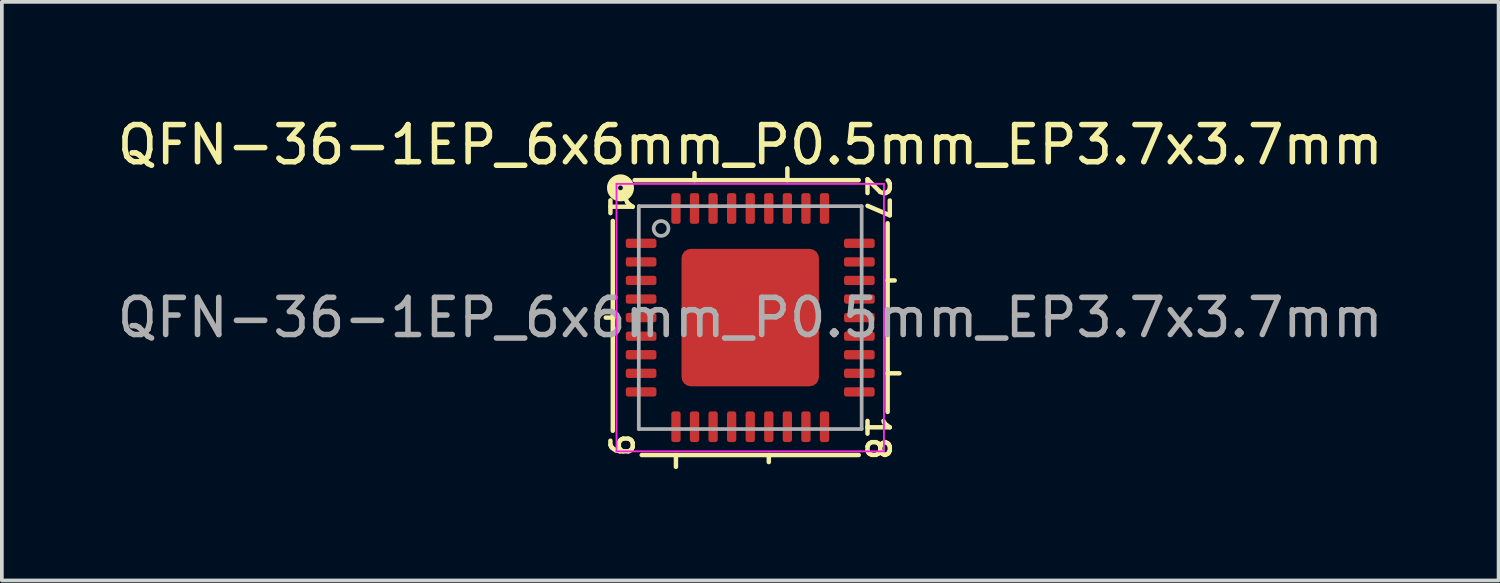
<source format=kicad_pcb>
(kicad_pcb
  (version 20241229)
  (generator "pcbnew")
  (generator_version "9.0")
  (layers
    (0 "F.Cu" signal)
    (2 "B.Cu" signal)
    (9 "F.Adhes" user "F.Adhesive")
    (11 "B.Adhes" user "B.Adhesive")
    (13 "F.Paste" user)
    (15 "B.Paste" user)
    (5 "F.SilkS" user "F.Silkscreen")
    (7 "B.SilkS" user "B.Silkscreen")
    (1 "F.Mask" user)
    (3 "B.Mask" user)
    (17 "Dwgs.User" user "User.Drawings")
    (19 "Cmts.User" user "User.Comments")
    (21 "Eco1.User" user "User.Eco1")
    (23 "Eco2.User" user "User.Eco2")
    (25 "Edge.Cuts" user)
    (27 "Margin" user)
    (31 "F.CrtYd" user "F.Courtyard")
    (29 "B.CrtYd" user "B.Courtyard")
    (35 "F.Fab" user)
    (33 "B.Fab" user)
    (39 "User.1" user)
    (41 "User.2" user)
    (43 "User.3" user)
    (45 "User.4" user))
  (footprint "QFN-36-1EP_6x6mm_P0.5mm_EP3.7x3.7mm"
    (layer "F.Cu")
    (at 17.149 5.501)
    (property "Reference" "QFN-36-1EP_6x6mm_P0.5mm_EP3.7x3.7mm" (at 0 -4.652 0) (layer "F.SilkS") (effects (font (size 1 1) (thickness 0.15))))
    (attr smd)
    (fp_line (start -3.7 -2.603) (end -3.7 3.048) (stroke (width 0.12) (type solid)) (layer "F.SilkS"))
    (fp_line (start -3.7 0) (end -3.89 0) (stroke (width 0.12) (type solid)) (layer "F.SilkS"))
    (fp_line (start -2.921 3.7) (end 2.921 3.7) (stroke (width 0.12) (type solid)) (layer "F.SilkS"))
    (fp_line (start -2 3.7) (end -2 4.018) (stroke (width 0.12) (type solid)) (layer "F.SilkS"))
    (fp_line (start -1.5 -3.7) (end -1.5 -3.89) (stroke (width 0.12) (type solid)) (layer "F.SilkS"))
    (fp_line (start 0.5 3.7) (end 0.5 3.89) (stroke (width 0.12) (type solid)) (layer "F.SilkS"))
    (fp_line (start 1 -3.7) (end 1 -4.018) (stroke (width 0.12) (type solid)) (layer "F.SilkS"))
    (fp_line (start 2.921 -3.7) (end -3.111 -3.7) (stroke (width 0.12) (type solid)) (layer "F.SilkS"))
    (fp_line (start 3.7 -1) (end 3.89 -1) (stroke (width 0.12) (type solid)) (layer "F.SilkS"))
    (fp_line (start 3.7 1.5) (end 4.018 1.5) (stroke (width 0.12) (type solid)) (layer "F.SilkS"))
    (fp_line (start 3.7 2.54) (end 3.7 -2.54) (stroke (width 0.12) (type solid)) (layer "F.SilkS"))
    (fp_circle (center -3.493 -3.493) (end -3.429 -3.493) (stroke (width 0.3) (type solid)) (fill no) (layer "F.SilkS"))
    (fp_line (start -3.6 -3.6) (end -3.6 3.6) (stroke (width 0.05) (type solid)) (layer "F.CrtYd"))
    (fp_line (start -3.6 3.6) (end 3.6 3.6) (stroke (width 0.05) (type solid)) (layer "F.CrtYd"))
    (fp_line (start 3.6 -3.6) (end -3.6 -3.6) (stroke (width 0.05) (type solid)) (layer "F.CrtYd"))
    (fp_line (start 3.6 3.6) (end 3.6 -3.6) (stroke (width 0.05) (type solid)) (layer "F.CrtYd"))
    (fp_line (start -3 -3) (end 3 -3) (stroke (width 0.1) (type solid)) (layer "F.Fab"))
    (fp_line (start -3 3) (end -3 -3) (stroke (width 0.1) (type solid)) (layer "F.Fab"))
    (fp_line (start 3 -3) (end 3 3) (stroke (width 0.1) (type solid)) (layer "F.Fab"))
    (fp_line (start 3 3) (end -3 3) (stroke (width 0.1) (type solid)) (layer "F.Fab"))
    (fp_circle (center -2.4 -2.4) (end -2.2 -2.4) (stroke (width 0.1) (type solid)) (fill no) (layer "F.Fab"))
    (fp_text user "1" (at -3.493 -2.985 270) (unlocked yes) (layer "F.SilkS") (effects (font (size 0.6 0.6) (thickness 0.12))))
    (fp_text user "9" (at -3.493 3.429 270) (unlocked yes) (layer "F.SilkS") (effects (font (size 0.6 0.6) (thickness 0.12))))
    (fp_text user "18" (at 3.429 3.239 270) (unlocked yes) (layer "F.SilkS") (effects (font (size 0.6 0.6) (thickness 0.12))))
    (fp_text user "27" (at 3.429 -3.239 270) (unlocked yes) (layer "F.SilkS") (effects (font (size 0.6 0.6) (thickness 0.12))))
    (fp_text user "${REFERENCE}" (at 0 0 0) (layer "F.Fab") (effects (font (size 1 1) (thickness 0.15))))
    (pad "" smd roundrect (at -1.23 -1.23) (size 0.99 0.99) (layers "F.Paste") (roundrect_rratio 0.25))
    (pad "" smd roundrect (at -1.23 0) (size 0.99 0.99) (layers "F.Paste") (roundrect_rratio 0.25))
    (pad "" smd roundrect (at -1.23 1.23) (size 0.99 0.99) (layers "F.Paste") (roundrect_rratio 0.25))
    (pad "" smd roundrect (at 0 -1.23) (size 0.99 0.99) (layers "F.Paste") (roundrect_rratio 0.25))
    (pad "" smd roundrect (at 0 0) (size 0.99 0.99) (layers "F.Paste") (roundrect_rratio 0.25))
    (pad "" smd roundrect (at 0 1.23) (size 0.99 0.99) (layers "F.Paste") (roundrect_rratio 0.25))
    (pad "" smd roundrect (at 1.23 -1.23) (size 0.99 0.99) (layers "F.Paste") (roundrect_rratio 0.25))
    (pad "" smd roundrect (at 1.23 0) (size 0.99 0.99) (layers "F.Paste") (roundrect_rratio 0.25))
    (pad "" smd roundrect (at 1.23 1.23) (size 0.99 0.99) (layers "F.Paste") (roundrect_rratio 0.25))
    (pad "1" smd roundrect (at -2.938 -2) (size 0.825 0.25) (layers "F.Cu" "F.Mask" "F.Paste") (roundrect_rratio 0.25))
    (pad "2" smd roundrect (at -2.938 -1.5) (size 0.825 0.25) (layers "F.Cu" "F.Mask" "F.Paste") (roundrect_rratio 0.25))
    (pad "3" smd roundrect (at -2.938 -1) (size 0.825 0.25) (layers "F.Cu" "F.Mask" "F.Paste") (roundrect_rratio 0.25))
    (pad "4" smd roundrect (at -2.938 -0.5) (size 0.825 0.25) (layers "F.Cu" "F.Mask" "F.Paste") (roundrect_rratio 0.25))
    (pad "5" smd roundrect (at -2.938 0) (size 0.825 0.25) (layers "F.Cu" "F.Mask" "F.Paste") (roundrect_rratio 0.25))
    (pad "6" smd roundrect (at -2.938 0.5) (size 0.825 0.25) (layers "F.Cu" "F.Mask" "F.Paste") (roundrect_rratio 0.25))
    (pad "7" smd roundrect (at -2.938 1) (size 0.825 0.25) (layers "F.Cu" "F.Mask" "F.Paste") (roundrect_rratio 0.25))
    (pad "8" smd roundrect (at -2.938 1.5) (size 0.825 0.25) (layers "F.Cu" "F.Mask" "F.Paste") (roundrect_rratio 0.25))
    (pad "9" smd roundrect (at -2.938 2) (size 0.825 0.25) (layers "F.Cu" "F.Mask" "F.Paste") (roundrect_rratio 0.25))
    (pad "10" smd roundrect (at -2 2.938) (size 0.25 0.825) (layers "F.Cu" "F.Mask" "F.Paste") (roundrect_rratio 0.25))
    (pad "11" smd roundrect (at -1.5 2.938) (size 0.25 0.825) (layers "F.Cu" "F.Mask" "F.Paste") (roundrect_rratio 0.25))
    (pad "12" smd roundrect (at -1 2.938) (size 0.25 0.825) (layers "F.Cu" "F.Mask" "F.Paste") (roundrect_rratio 0.25))
    (pad "13" smd roundrect (at -0.5 2.938) (size 0.25 0.825) (layers "F.Cu" "F.Mask" "F.Paste") (roundrect_rratio 0.25))
    (pad "14" smd roundrect (at 0 2.938) (size 0.25 0.825) (layers "F.Cu" "F.Mask" "F.Paste") (roundrect_rratio 0.25))
    (pad "15" smd roundrect (at 0.5 2.938) (size 0.25 0.825) (layers "F.Cu" "F.Mask" "F.Paste") (roundrect_rratio 0.25))
    (pad "16" smd roundrect (at 1 2.938) (size 0.25 0.825) (layers "F.Cu" "F.Mask" "F.Paste") (roundrect_rratio 0.25))
    (pad "17" smd roundrect (at 1.5 2.938) (size 0.25 0.825) (layers "F.Cu" "F.Mask" "F.Paste") (roundrect_rratio 0.25))
    (pad "18" smd roundrect (at 2 2.938) (size 0.25 0.825) (layers "F.Cu" "F.Mask" "F.Paste") (roundrect_rratio 0.25))
    (pad "19" smd roundrect (at 2.938 2) (size 0.825 0.25) (layers "F.Cu" "F.Mask" "F.Paste") (roundrect_rratio 0.25))
    (pad "20" smd roundrect (at 2.938 1.5) (size 0.825 0.25) (layers "F.Cu" "F.Mask" "F.Paste") (roundrect_rratio 0.25))
    (pad "21" smd roundrect (at 2.938 1) (size 0.825 0.25) (layers "F.Cu" "F.Mask" "F.Paste") (roundrect_rratio 0.25))
    (pad "22" smd roundrect (at 2.938 0.5) (size 0.825 0.25) (layers "F.Cu" "F.Mask" "F.Paste") (roundrect_rratio 0.25))
    (pad "23" smd roundrect (at 2.938 0) (size 0.825 0.25) (layers "F.Cu" "F.Mask" "F.Paste") (roundrect_rratio 0.25))
    (pad "24" smd roundrect (at 2.938 -0.5) (size 0.825 0.25) (layers "F.Cu" "F.Mask" "F.Paste") (roundrect_rratio 0.25))
    (pad "25" smd roundrect (at 2.938 -1) (size 0.825 0.25) (layers "F.Cu" "F.Mask" "F.Paste") (roundrect_rratio 0.25))
    (pad "26" smd roundrect (at 2.938 -1.5) (size 0.825 0.25) (layers "F.Cu" "F.Mask" "F.Paste") (roundrect_rratio 0.25))
    (pad "27" smd roundrect (at 2.938 -2) (size 0.825 0.25) (layers "F.Cu" "F.Mask" "F.Paste") (roundrect_rratio 0.25))
    (pad "28" smd roundrect (at 2 -2.938) (size 0.25 0.825) (layers "F.Cu" "F.Mask" "F.Paste") (roundrect_rratio 0.25))
    (pad "29" smd roundrect (at 1.5 -2.938) (size 0.25 0.825) (layers "F.Cu" "F.Mask" "F.Paste") (roundrect_rratio 0.25))
    (pad "30" smd roundrect (at 1 -2.938) (size 0.25 0.825) (layers "F.Cu" "F.Mask" "F.Paste") (roundrect_rratio 0.25))
    (pad "31" smd roundrect (at 0.5 -2.938) (size 0.25 0.825) (layers "F.Cu" "F.Mask" "F.Paste") (roundrect_rratio 0.25))
    (pad "32" smd roundrect (at 0 -2.938) (size 0.25 0.825) (layers "F.Cu" "F.Mask" "F.Paste") (roundrect_rratio 0.25))
    (pad "33" smd roundrect (at -0.5 -2.938) (size 0.25 0.825) (layers "F.Cu" "F.Mask" "F.Paste") (roundrect_rratio 0.25))
    (pad "34" smd roundrect (at -1 -2.938) (size 0.25 0.825) (layers "F.Cu" "F.Mask" "F.Paste") (roundrect_rratio 0.25))
    (pad "35" smd roundrect (at -1.5 -2.938) (size 0.25 0.825) (layers "F.Cu" "F.Mask" "F.Paste") (roundrect_rratio 0.25))
    (pad "36" smd roundrect (at -2 -2.938) (size 0.25 0.825) (layers "F.Cu" "F.Mask" "F.Paste") (roundrect_rratio 0.25))
    (pad "37" smd roundrect (at 0 0) (size 3.7 3.7) (layers "F.Cu" "F.Mask") (roundrect_rratio 0.068)))
  (gr_rect
    (start -3 -3)
    (end 37.298 12.578)
    (stroke (width 0.1) (type default))
    (fill no)
    (layer "Edge.Cuts")))
</source>
